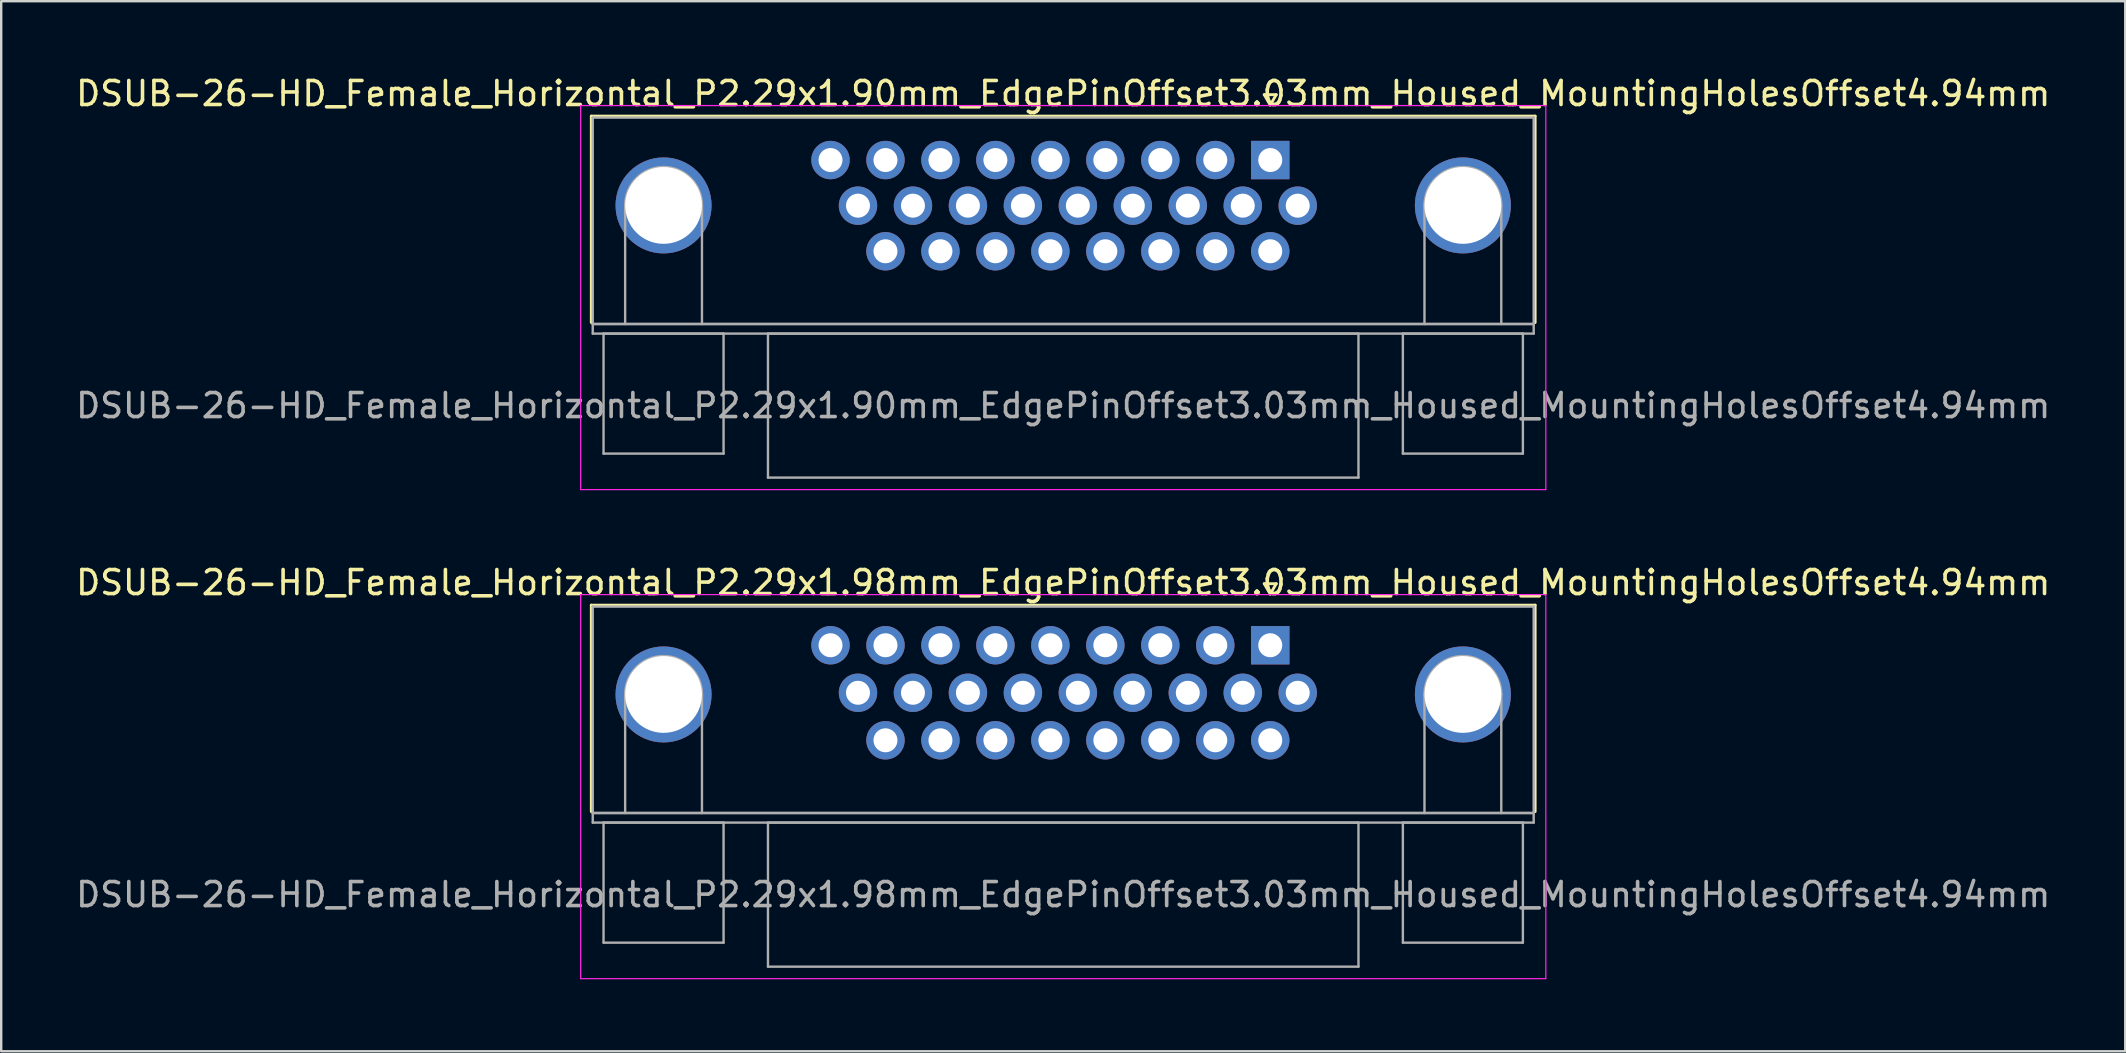
<source format=kicad_pcb>
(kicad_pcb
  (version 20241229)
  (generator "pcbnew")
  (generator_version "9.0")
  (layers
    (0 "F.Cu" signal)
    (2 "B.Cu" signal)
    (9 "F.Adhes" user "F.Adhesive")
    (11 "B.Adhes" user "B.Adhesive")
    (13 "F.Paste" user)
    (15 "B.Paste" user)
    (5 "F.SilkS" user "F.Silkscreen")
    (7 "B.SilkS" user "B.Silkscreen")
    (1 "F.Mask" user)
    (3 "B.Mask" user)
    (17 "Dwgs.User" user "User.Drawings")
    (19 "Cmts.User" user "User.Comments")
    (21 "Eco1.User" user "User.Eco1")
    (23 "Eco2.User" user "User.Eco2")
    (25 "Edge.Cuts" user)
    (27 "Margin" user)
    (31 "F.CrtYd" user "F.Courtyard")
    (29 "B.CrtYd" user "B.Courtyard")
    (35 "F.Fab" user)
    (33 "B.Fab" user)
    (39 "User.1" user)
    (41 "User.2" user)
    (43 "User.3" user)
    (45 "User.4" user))
  (footprint "DSUB-26-HD_Female_Horizontal_P2.29x1.98mm_EdgePinOffset3.03mm_Housed_MountingHolesOffset4.94mm"
    (layer "F.Cu")
    (at 49.869 23.831)
    (property "Reference" "DSUB-26-HD_Female_Horizontal_P2.29x1.98mm_EdgePinOffset3.03mm_Housed_MountingHolesOffset4.94mm" (at -8.625 -2.61 0) (layer "F.SilkS") (effects (font (size 1 1) (thickness 0.15))))
    (attr through_hole)
    (fp_line (start -28.285 -1.67) (end 11.035 -1.67) (stroke (width 0.12) (type solid)) (layer "F.SilkS"))
    (fp_line (start -28.285 6.93) (end -28.285 -1.67) (stroke (width 0.12) (type solid)) (layer "F.SilkS"))
    (fp_line (start -0.25 -2.564) (end 0.25 -2.564) (stroke (width 0.12) (type solid)) (layer "F.SilkS"))
    (fp_line (start 0 -2.131) (end -0.25 -2.564) (stroke (width 0.12) (type solid)) (layer "F.SilkS"))
    (fp_line (start 0.25 -2.564) (end 0 -2.131) (stroke (width 0.12) (type solid)) (layer "F.SilkS"))
    (fp_line (start 11.035 -1.67) (end 11.035 6.93) (stroke (width 0.12) (type solid)) (layer "F.SilkS"))
    (fp_line (start -28.73 -2.11) (end -28.73 13.89) (stroke (width 0.05) (type solid)) (layer "F.CrtYd"))
    (fp_line (start -28.73 13.89) (end 11.48 13.89) (stroke (width 0.05) (type solid)) (layer "F.CrtYd"))
    (fp_line (start 11.48 -2.11) (end -28.73 -2.11) (stroke (width 0.05) (type solid)) (layer "F.CrtYd"))
    (fp_line (start 11.48 13.89) (end 11.48 -2.11) (stroke (width 0.05) (type solid)) (layer "F.CrtYd"))
    (fp_line (start -28.225 -1.61) (end -28.225 6.99) (stroke (width 0.1) (type solid)) (layer "F.Fab"))
    (fp_line (start -28.225 6.99) (end -28.225 7.39) (stroke (width 0.1) (type solid)) (layer "F.Fab"))
    (fp_line (start -28.225 6.99) (end 10.975 6.99) (stroke (width 0.1) (type solid)) (layer "F.Fab"))
    (fp_line (start -28.225 7.39) (end 10.975 7.39) (stroke (width 0.1) (type solid)) (layer "F.Fab"))
    (fp_line (start -27.775 7.39) (end -27.775 12.39) (stroke (width 0.1) (type solid)) (layer "F.Fab"))
    (fp_line (start -27.775 12.39) (end -22.775 12.39) (stroke (width 0.1) (type solid)) (layer "F.Fab"))
    (fp_line (start -26.875 6.99) (end -26.875 2.05) (stroke (width 0.1) (type solid)) (layer "F.Fab"))
    (fp_line (start -23.675 6.99) (end -23.675 2.05) (stroke (width 0.1) (type solid)) (layer "F.Fab"))
    (fp_line (start -22.775 7.39) (end -27.775 7.39) (stroke (width 0.1) (type solid)) (layer "F.Fab"))
    (fp_line (start -22.775 12.39) (end -22.775 7.39) (stroke (width 0.1) (type solid)) (layer "F.Fab"))
    (fp_line (start -20.925 7.39) (end -20.925 13.39) (stroke (width 0.1) (type solid)) (layer "F.Fab"))
    (fp_line (start -20.925 13.39) (end 3.675 13.39) (stroke (width 0.1) (type solid)) (layer "F.Fab"))
    (fp_line (start 3.675 7.39) (end -20.925 7.39) (stroke (width 0.1) (type solid)) (layer "F.Fab"))
    (fp_line (start 3.675 13.39) (end 3.675 7.39) (stroke (width 0.1) (type solid)) (layer "F.Fab"))
    (fp_line (start 5.525 7.39) (end 5.525 12.39) (stroke (width 0.1) (type solid)) (layer "F.Fab"))
    (fp_line (start 5.525 12.39) (end 10.525 12.39) (stroke (width 0.1) (type solid)) (layer "F.Fab"))
    (fp_line (start 6.425 6.99) (end 6.425 2.05) (stroke (width 0.1) (type solid)) (layer "F.Fab"))
    (fp_line (start 9.625 6.99) (end 9.625 2.05) (stroke (width 0.1) (type solid)) (layer "F.Fab"))
    (fp_line (start 10.525 7.39) (end 5.525 7.39) (stroke (width 0.1) (type solid)) (layer "F.Fab"))
    (fp_line (start 10.525 12.39) (end 10.525 7.39) (stroke (width 0.1) (type solid)) (layer "F.Fab"))
    (fp_line (start 10.975 -1.61) (end -28.225 -1.61) (stroke (width 0.1) (type solid)) (layer "F.Fab"))
    (fp_line (start 10.975 6.99) (end -28.225 6.99) (stroke (width 0.1) (type solid)) (layer "F.Fab"))
    (fp_line (start 10.975 6.99) (end 10.975 -1.61) (stroke (width 0.1) (type solid)) (layer "F.Fab"))
    (fp_line (start 10.975 7.39) (end 10.975 6.99) (stroke (width 0.1) (type solid)) (layer "F.Fab"))
    (fp_arc (start -26.875 2.05) (mid -25.275 0.45) (end -23.675 2.05) (stroke (width 0.1) (type solid)) (layer "F.Fab"))
    (fp_arc (start 6.425 2.05) (mid 8.025 0.45) (end 9.625 2.05) (stroke (width 0.1) (type solid)) (layer "F.Fab"))
    (fp_text user "${REFERENCE}" (at -8.625 10.39 0) (layer "F.Fab") (effects (font (size 1 1) (thickness 0.15))))
    (pad "0" thru_hole circle (at -25.275 2.05) (size 4 4) (drill 3.2) (layers "*.Cu" "*.Mask"))
    (pad "0" thru_hole circle (at 8.025 2.05) (size 4 4) (drill 3.2) (layers "*.Cu" "*.Mask"))
    (pad "1" thru_hole rect (at 0 0) (size 1.6 1.6) (drill 1) (layers "*.Cu" "*.Mask"))
    (pad "2" thru_hole circle (at -2.29 0) (size 1.6 1.6) (drill 1) (layers "*.Cu" "*.Mask"))
    (pad "3" thru_hole circle (at -4.58 0) (size 1.6 1.6) (drill 1) (layers "*.Cu" "*.Mask"))
    (pad "4" thru_hole circle (at -6.87 0) (size 1.6 1.6) (drill 1) (layers "*.Cu" "*.Mask"))
    (pad "5" thru_hole circle (at -9.16 0) (size 1.6 1.6) (drill 1) (layers "*.Cu" "*.Mask"))
    (pad "6" thru_hole circle (at -11.45 0) (size 1.6 1.6) (drill 1) (layers "*.Cu" "*.Mask"))
    (pad "7" thru_hole circle (at -13.74 0) (size 1.6 1.6) (drill 1) (layers "*.Cu" "*.Mask"))
    (pad "8" thru_hole circle (at -16.03 0) (size 1.6 1.6) (drill 1) (layers "*.Cu" "*.Mask"))
    (pad "9" thru_hole circle (at -18.32 0) (size 1.6 1.6) (drill 1) (layers "*.Cu" "*.Mask"))
    (pad "10" thru_hole circle (at 1.145 1.98) (size 1.6 1.6) (drill 1) (layers "*.Cu" "*.Mask"))
    (pad "11" thru_hole circle (at -1.145 1.98) (size 1.6 1.6) (drill 1) (layers "*.Cu" "*.Mask"))
    (pad "12" thru_hole circle (at -3.435 1.98) (size 1.6 1.6) (drill 1) (layers "*.Cu" "*.Mask"))
    (pad "13" thru_hole circle (at -5.725 1.98) (size 1.6 1.6) (drill 1) (layers "*.Cu" "*.Mask"))
    (pad "14" thru_hole circle (at -8.015 1.98) (size 1.6 1.6) (drill 1) (layers "*.Cu" "*.Mask"))
    (pad "15" thru_hole circle (at -10.305 1.98) (size 1.6 1.6) (drill 1) (layers "*.Cu" "*.Mask"))
    (pad "16" thru_hole circle (at -12.595 1.98) (size 1.6 1.6) (drill 1) (layers "*.Cu" "*.Mask"))
    (pad "17" thru_hole circle (at -14.885 1.98) (size 1.6 1.6) (drill 1) (layers "*.Cu" "*.Mask"))
    (pad "18" thru_hole circle (at -17.175 1.98) (size 1.6 1.6) (drill 1) (layers "*.Cu" "*.Mask"))
    (pad "19" thru_hole circle (at 0 3.96) (size 1.6 1.6) (drill 1) (layers "*.Cu" "*.Mask"))
    (pad "20" thru_hole circle (at -2.29 3.96) (size 1.6 1.6) (drill 1) (layers "*.Cu" "*.Mask"))
    (pad "21" thru_hole circle (at -4.58 3.96) (size 1.6 1.6) (drill 1) (layers "*.Cu" "*.Mask"))
    (pad "22" thru_hole circle (at -6.87 3.96) (size 1.6 1.6) (drill 1) (layers "*.Cu" "*.Mask"))
    (pad "23" thru_hole circle (at -9.16 3.96) (size 1.6 1.6) (drill 1) (layers "*.Cu" "*.Mask"))
    (pad "24" thru_hole circle (at -11.45 3.96) (size 1.6 1.6) (drill 1) (layers "*.Cu" "*.Mask"))
    (pad "25" thru_hole circle (at -13.74 3.96) (size 1.6 1.6) (drill 1) (layers "*.Cu" "*.Mask"))
    (pad "26" thru_hole circle (at -16.03 3.96) (size 1.6 1.6) (drill 1) (layers "*.Cu" "*.Mask")))
  (footprint "DSUB-26-HD_Female_Horizontal_P2.29x1.90mm_EdgePinOffset3.03mm_Housed_MountingHolesOffset4.94mm"
    (layer "F.Cu")
    (at 49.869 3.618)
    (property "Reference" "DSUB-26-HD_Female_Horizontal_P2.29x1.90mm_EdgePinOffset3.03mm_Housed_MountingHolesOffset4.94mm" (at -8.625 -2.77 0) (layer "F.SilkS") (effects (font (size 1 1) (thickness 0.15))))
    (attr through_hole)
    (fp_line (start -28.285 -1.83) (end 11.035 -1.83) (stroke (width 0.12) (type solid)) (layer "F.SilkS"))
    (fp_line (start -28.285 6.77) (end -28.285 -1.83) (stroke (width 0.12) (type solid)) (layer "F.SilkS"))
    (fp_line (start -0.25 -2.724) (end 0.25 -2.724) (stroke (width 0.12) (type solid)) (layer "F.SilkS"))
    (fp_line (start 0 -2.291) (end -0.25 -2.724) (stroke (width 0.12) (type solid)) (layer "F.SilkS"))
    (fp_line (start 0.25 -2.724) (end 0 -2.291) (stroke (width 0.12) (type solid)) (layer "F.SilkS"))
    (fp_line (start 11.035 -1.83) (end 11.035 6.77) (stroke (width 0.12) (type solid)) (layer "F.SilkS"))
    (fp_line (start -28.73 -2.27) (end -28.73 13.73) (stroke (width 0.05) (type solid)) (layer "F.CrtYd"))
    (fp_line (start -28.73 13.73) (end 11.48 13.73) (stroke (width 0.05) (type solid)) (layer "F.CrtYd"))
    (fp_line (start 11.48 -2.27) (end -28.73 -2.27) (stroke (width 0.05) (type solid)) (layer "F.CrtYd"))
    (fp_line (start 11.48 13.73) (end 11.48 -2.27) (stroke (width 0.05) (type solid)) (layer "F.CrtYd"))
    (fp_line (start -28.225 -1.77) (end -28.225 6.83) (stroke (width 0.1) (type solid)) (layer "F.Fab"))
    (fp_line (start -28.225 6.83) (end -28.225 7.23) (stroke (width 0.1) (type solid)) (layer "F.Fab"))
    (fp_line (start -28.225 6.83) (end 10.975 6.83) (stroke (width 0.1) (type solid)) (layer "F.Fab"))
    (fp_line (start -28.225 7.23) (end 10.975 7.23) (stroke (width 0.1) (type solid)) (layer "F.Fab"))
    (fp_line (start -27.775 7.23) (end -27.775 12.23) (stroke (width 0.1) (type solid)) (layer "F.Fab"))
    (fp_line (start -27.775 12.23) (end -22.775 12.23) (stroke (width 0.1) (type solid)) (layer "F.Fab"))
    (fp_line (start -26.875 6.83) (end -26.875 1.89) (stroke (width 0.1) (type solid)) (layer "F.Fab"))
    (fp_line (start -23.675 6.83) (end -23.675 1.89) (stroke (width 0.1) (type solid)) (layer "F.Fab"))
    (fp_line (start -22.775 7.23) (end -27.775 7.23) (stroke (width 0.1) (type solid)) (layer "F.Fab"))
    (fp_line (start -22.775 12.23) (end -22.775 7.23) (stroke (width 0.1) (type solid)) (layer "F.Fab"))
    (fp_line (start -20.925 7.23) (end -20.925 13.23) (stroke (width 0.1) (type solid)) (layer "F.Fab"))
    (fp_line (start -20.925 13.23) (end 3.675 13.23) (stroke (width 0.1) (type solid)) (layer "F.Fab"))
    (fp_line (start 3.675 7.23) (end -20.925 7.23) (stroke (width 0.1) (type solid)) (layer "F.Fab"))
    (fp_line (start 3.675 13.23) (end 3.675 7.23) (stroke (width 0.1) (type solid)) (layer "F.Fab"))
    (fp_line (start 5.525 7.23) (end 5.525 12.23) (stroke (width 0.1) (type solid)) (layer "F.Fab"))
    (fp_line (start 5.525 12.23) (end 10.525 12.23) (stroke (width 0.1) (type solid)) (layer "F.Fab"))
    (fp_line (start 6.425 6.83) (end 6.425 1.89) (stroke (width 0.1) (type solid)) (layer "F.Fab"))
    (fp_line (start 9.625 6.83) (end 9.625 1.89) (stroke (width 0.1) (type solid)) (layer "F.Fab"))
    (fp_line (start 10.525 7.23) (end 5.525 7.23) (stroke (width 0.1) (type solid)) (layer "F.Fab"))
    (fp_line (start 10.525 12.23) (end 10.525 7.23) (stroke (width 0.1) (type solid)) (layer "F.Fab"))
    (fp_line (start 10.975 -1.77) (end -28.225 -1.77) (stroke (width 0.1) (type solid)) (layer "F.Fab"))
    (fp_line (start 10.975 6.83) (end -28.225 6.83) (stroke (width 0.1) (type solid)) (layer "F.Fab"))
    (fp_line (start 10.975 6.83) (end 10.975 -1.77) (stroke (width 0.1) (type solid)) (layer "F.Fab"))
    (fp_line (start 10.975 7.23) (end 10.975 6.83) (stroke (width 0.1) (type solid)) (layer "F.Fab"))
    (fp_arc (start -26.875 1.89) (mid -25.275 0.29) (end -23.675 1.89) (stroke (width 0.1) (type solid)) (layer "F.Fab"))
    (fp_arc (start 6.425 1.89) (mid 8.025 0.29) (end 9.625 1.89) (stroke (width 0.1) (type solid)) (layer "F.Fab"))
    (fp_text user "${REFERENCE}" (at -8.625 10.23 0) (layer "F.Fab") (effects (font (size 1 1) (thickness 0.15))))
    (pad "0" thru_hole circle (at -25.275 1.89) (size 4 4) (drill 3.2) (layers "*.Cu" "*.Mask"))
    (pad "0" thru_hole circle (at 8.025 1.89) (size 4 4) (drill 3.2) (layers "*.Cu" "*.Mask"))
    (pad "1" thru_hole rect (at 0 0) (size 1.6 1.6) (drill 1) (layers "*.Cu" "*.Mask"))
    (pad "2" thru_hole circle (at -2.29 0) (size 1.6 1.6) (drill 1) (layers "*.Cu" "*.Mask"))
    (pad "3" thru_hole circle (at -4.58 0) (size 1.6 1.6) (drill 1) (layers "*.Cu" "*.Mask"))
    (pad "4" thru_hole circle (at -6.87 0) (size 1.6 1.6) (drill 1) (layers "*.Cu" "*.Mask"))
    (pad "5" thru_hole circle (at -9.16 0) (size 1.6 1.6) (drill 1) (layers "*.Cu" "*.Mask"))
    (pad "6" thru_hole circle (at -11.45 0) (size 1.6 1.6) (drill 1) (layers "*.Cu" "*.Mask"))
    (pad "7" thru_hole circle (at -13.74 0) (size 1.6 1.6) (drill 1) (layers "*.Cu" "*.Mask"))
    (pad "8" thru_hole circle (at -16.03 0) (size 1.6 1.6) (drill 1) (layers "*.Cu" "*.Mask"))
    (pad "9" thru_hole circle (at -18.32 0) (size 1.6 1.6) (drill 1) (layers "*.Cu" "*.Mask"))
    (pad "10" thru_hole circle (at 1.145 1.9) (size 1.6 1.6) (drill 1) (layers "*.Cu" "*.Mask"))
    (pad "11" thru_hole circle (at -1.145 1.9) (size 1.6 1.6) (drill 1) (layers "*.Cu" "*.Mask"))
    (pad "12" thru_hole circle (at -3.435 1.9) (size 1.6 1.6) (drill 1) (layers "*.Cu" "*.Mask"))
    (pad "13" thru_hole circle (at -5.725 1.9) (size 1.6 1.6) (drill 1) (layers "*.Cu" "*.Mask"))
    (pad "14" thru_hole circle (at -8.015 1.9) (size 1.6 1.6) (drill 1) (layers "*.Cu" "*.Mask"))
    (pad "15" thru_hole circle (at -10.305 1.9) (size 1.6 1.6) (drill 1) (layers "*.Cu" "*.Mask"))
    (pad "16" thru_hole circle (at -12.595 1.9) (size 1.6 1.6) (drill 1) (layers "*.Cu" "*.Mask"))
    (pad "17" thru_hole circle (at -14.885 1.9) (size 1.6 1.6) (drill 1) (layers "*.Cu" "*.Mask"))
    (pad "18" thru_hole circle (at -17.175 1.9) (size 1.6 1.6) (drill 1) (layers "*.Cu" "*.Mask"))
    (pad "19" thru_hole circle (at 0 3.8) (size 1.6 1.6) (drill 1) (layers "*.Cu" "*.Mask"))
    (pad "20" thru_hole circle (at -2.29 3.8) (size 1.6 1.6) (drill 1) (layers "*.Cu" "*.Mask"))
    (pad "21" thru_hole circle (at -4.58 3.8) (size 1.6 1.6) (drill 1) (layers "*.Cu" "*.Mask"))
    (pad "22" thru_hole circle (at -6.87 3.8) (size 1.6 1.6) (drill 1) (layers "*.Cu" "*.Mask"))
    (pad "23" thru_hole circle (at -9.16 3.8) (size 1.6 1.6) (drill 1) (layers "*.Cu" "*.Mask"))
    (pad "24" thru_hole circle (at -11.45 3.8) (size 1.6 1.6) (drill 1) (layers "*.Cu" "*.Mask"))
    (pad "25" thru_hole circle (at -13.74 3.8) (size 1.6 1.6) (drill 1) (layers "*.Cu" "*.Mask"))
    (pad "26" thru_hole circle (at -16.03 3.8) (size 1.6 1.6) (drill 1) (layers "*.Cu" "*.Mask")))
  (gr_rect
    (start -3 -3)
    (end 85.488 40.746)
    (stroke (width 0.1) (type default))
    (fill no)
    (layer "Edge.Cuts")))
</source>
